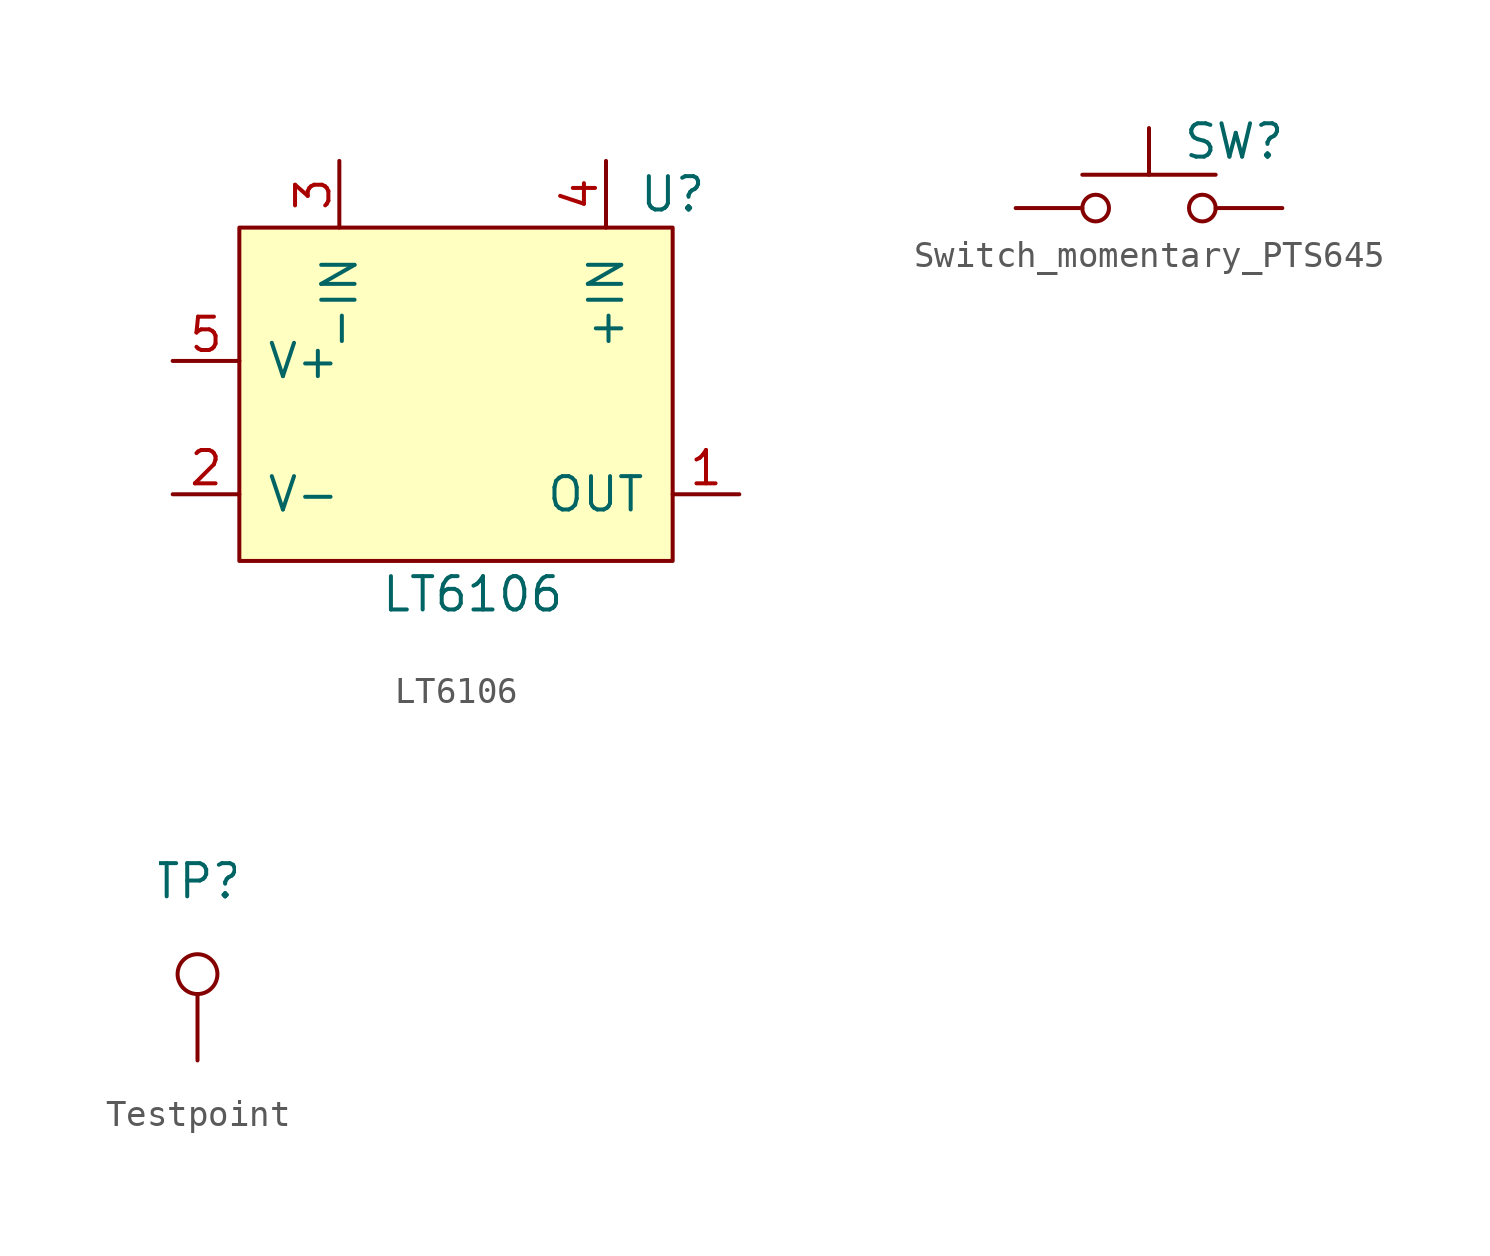
<source format=kicad_sym>
(kicad_symbol_lib
  (version 20211014)
  (generator kicad_symbol_editor)
  (symbol "LT6106"
    (pin_names
      (offset 1.016))
    (property "Reference" "U"
      (at 19.05 11.43 0)
      (effects (font (size 1.27 1.27))))
    (property "Value" "LT6106"
      (at 11.43 -3.81 0)
      (effects (font (size 1.27 1.27))))
    (symbol "LT6106_0_1"
      (rectangle (start 2.54 10.16) (end 19.05 -2.54) (stroke (width 0) (type default) (color 0 0 0 0)) (fill (type background))))
    (symbol "LT6106_1_1"
      (pin passive line (at 21.59 0 180) (length 2.54) (name "OUT" (effects (font (size 1.27 1.27)))) (number "1" (effects (font (size 1.27 1.27)))))
      (pin passive line (at 0 0 0) (length 2.54) (name "V-" (effects (font (size 1.27 1.27)))) (number "2" (effects (font (size 1.27 1.27)))))
      (pin passive line (at 6.35 12.7 270) (length 2.54) (name "-IN" (effects (font (size 1.27 1.27)))) (number "3" (effects (font (size 1.27 1.27)))))
      (pin passive line (at 16.51 12.7 270) (length 2.54) (name "+IN" (effects (font (size 1.27 1.27)))) (number "4" (effects (font (size 1.27 1.27)))))
      (pin passive line (at 0 5.08 0) (length 2.54) (name "V+" (effects (font (size 1.27 1.27)))) (number "5" (effects (font (size 1.27 1.27)))))))
  (symbol "Switch_momentary_PTS645"
    (pin_numbers hide)
    (pin_names
      (offset 1.016) hide)
    (property "Reference" "SW"
      (at 1.27 2.54 0)
      (effects (font (size 1.27 1.27)) (justify left)))
    (symbol "Switch_momentary_PTS645_0_1"
      (circle (center -2.032 0) (radius 0.508) (stroke (width 0) (type default) (color 0 0 0 0)) (fill (type none)))
      (polyline (pts (xy 0 1.27) (xy 0 3.048)) (stroke (width 0) (type default) (color 0 0 0 0)) (fill (type none)))
      (polyline (pts (xy 2.54 1.27) (xy -2.54 1.27)) (stroke (width 0) (type default) (color 0 0 0 0)) (fill (type none)))
      (circle (center 2.032 0) (radius 0.508) (stroke (width 0) (type default) (color 0 0 0 0)) (fill (type none)))
      (pin passive line (at -5.08 0 0) (length 2.54) (name "1" (effects (font (size 1.27 1.27)))) (number "1" (effects (font (size 1.27 1.27)))))
      (pin passive line (at 5.08 0 180) (length 2.54) (name "2" (effects (font (size 1.27 1.27)))) (number "2" (effects (font (size 1.27 1.27)))))))
  (symbol "Testpoint"
    (pin_numbers hide)
    (pin_names
      (offset 0.762) hide)
    (property "Reference" "TP"
      (at 0 6.858 0)
      (effects (font (size 1.27 1.27))))
    (symbol "Testpoint_0_1"
      (circle (center 0 3.302) (radius 0.762) (stroke (width 0) (type default) (color 0 0 0 0)) (fill (type none))))
    (symbol "Testpoint_1_1"
      (pin passive line (at 0 0 90) (length 2.54) (name "1" (effects (font (size 1.27 1.27)))) (number "1" (effects (font (size 1.27 1.27))))))))
</source>
